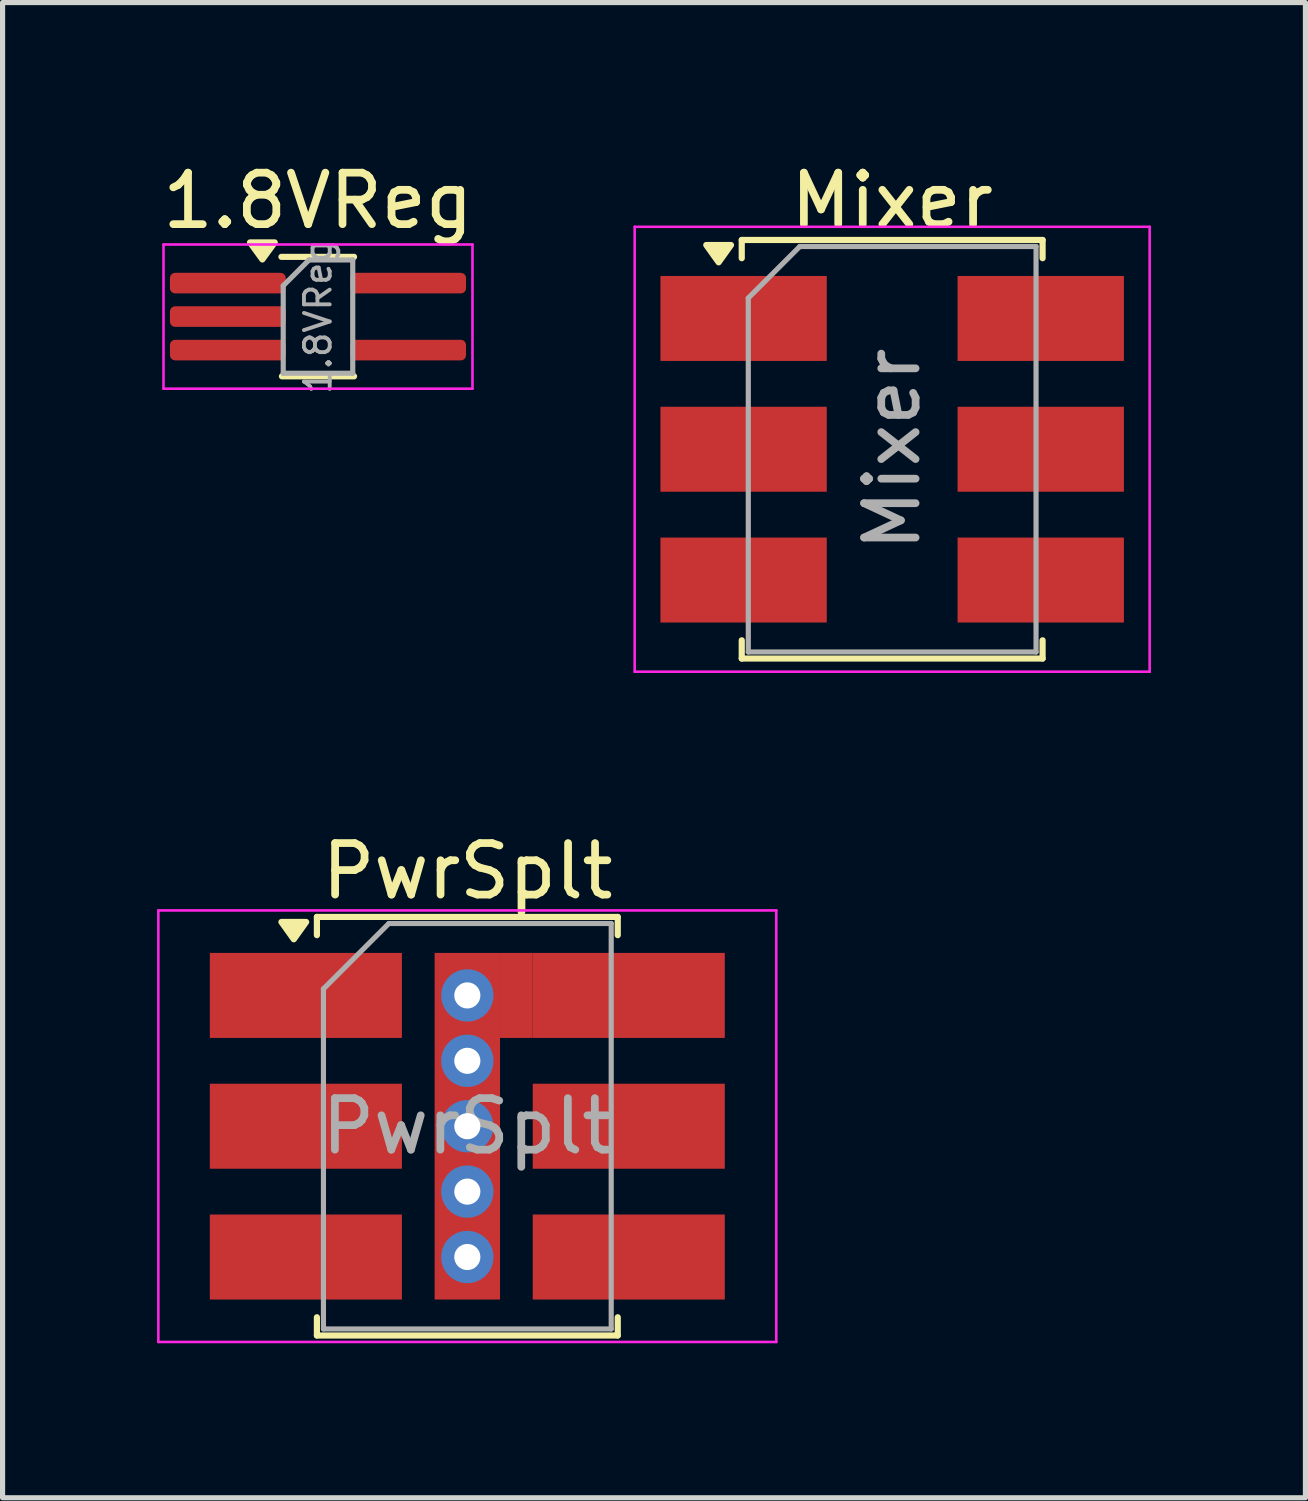
<source format=kicad_pcb>
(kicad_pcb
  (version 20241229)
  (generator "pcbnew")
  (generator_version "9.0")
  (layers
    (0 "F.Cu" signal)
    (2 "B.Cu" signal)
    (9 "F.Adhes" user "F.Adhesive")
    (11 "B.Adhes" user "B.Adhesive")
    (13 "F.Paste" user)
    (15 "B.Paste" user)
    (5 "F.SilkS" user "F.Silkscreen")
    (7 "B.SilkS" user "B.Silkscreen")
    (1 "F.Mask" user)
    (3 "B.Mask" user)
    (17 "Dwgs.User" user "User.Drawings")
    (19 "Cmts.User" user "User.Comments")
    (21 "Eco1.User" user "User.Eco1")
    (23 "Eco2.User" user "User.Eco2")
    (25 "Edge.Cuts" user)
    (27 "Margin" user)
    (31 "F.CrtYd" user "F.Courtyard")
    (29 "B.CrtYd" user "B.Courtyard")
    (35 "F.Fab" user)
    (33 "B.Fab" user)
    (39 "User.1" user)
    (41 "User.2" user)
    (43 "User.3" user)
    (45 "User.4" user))
  (footprint "PwrSplt"
    (layer "F.Cu")
    (at 6.025 18.82)
    (property "Reference" "PwrSplt" (at 0.004 -4.953 0) (layer "F.SilkS") (effects (font (size 1 1) (thickness 0.15))))
    (attr smd)
    (fp_line (start -2.921 -4.064) (end -2.921 -3.71) (stroke (width 0.12) (type solid)) (layer "F.SilkS"))
    (fp_line (start -2.921 3.71) (end -2.921 4.064) (stroke (width 0.12) (type solid)) (layer "F.SilkS"))
    (fp_line (start -2.921 4.064) (end 2.921 4.064) (stroke (width 0.12) (type solid)) (layer "F.SilkS"))
    (fp_line (start 2.921 -4.064) (end -2.921 -4.064) (stroke (width 0.12) (type solid)) (layer "F.SilkS"))
    (fp_line (start 2.921 -3.71) (end 2.921 -4.064) (stroke (width 0.12) (type solid)) (layer "F.SilkS"))
    (fp_line (start 2.921 4.064) (end 2.921 3.71) (stroke (width 0.12) (type solid)) (layer "F.SilkS"))
    (fp_poly (pts (xy -3.37 -3.63) (xy -3.61 -3.966) (xy -3.13 -3.966) (xy -3.37 -3.63)) (stroke (width 0.12) (type solid)) (fill yes) (layer "F.SilkS"))
    (fp_line (start -6 -4.19) (end -6 4.19) (stroke (width 0.05) (type solid)) (layer "F.CrtYd"))
    (fp_line (start -6 -4.19) (end 6 -4.19) (stroke (width 0.05) (type solid)) (layer "F.CrtYd"))
    (fp_line (start 6 4.19) (end -6 4.19) (stroke (width 0.05) (type solid)) (layer "F.CrtYd"))
    (fp_line (start 6 4.19) (end 6 -4.19) (stroke (width 0.05) (type solid)) (layer "F.CrtYd"))
    (fp_line (start -2.794 -2.667) (end -2.794 3.937) (stroke (width 0.1) (type solid)) (layer "F.Fab"))
    (fp_line (start -2.794 3.937) (end 2.794 3.937) (stroke (width 0.1) (type solid)) (layer "F.Fab"))
    (fp_line (start -1.524 -3.937) (end -2.794 -2.667) (stroke (width 0.1) (type solid)) (layer "F.Fab"))
    (fp_line (start 2.794 -3.937) (end -1.524 -3.937) (stroke (width 0.1) (type solid)) (layer "F.Fab"))
    (fp_line (start 2.794 -3.937) (end 2.794 3.937) (stroke (width 0.1) (type solid)) (layer "F.Fab"))
    (fp_text user "${REFERENCE}" (at 0 0 0) (layer "F.Fab") (effects (font (size 1 1) (thickness 0.15))))
    (pad "1" smd rect (at -3.135 -2.54 270) (size 1.651 3.73) (layers "F.Cu" "F.Mask" "F.Paste"))
    (pad "2" smd rect (at -3.135 0 270) (size 1.651 3.73) (layers "F.Cu" "F.Mask" "F.Paste"))
    (pad "3" smd rect (at -3.135 2.54 270) (size 1.651 3.73) (layers "F.Cu" "F.Mask" "F.Paste"))
    (pad "4" smd rect (at 3.135 2.54 270) (size 1.651 3.73) (layers "F.Cu" "F.Mask" "F.Paste"))
    (pad "5" smd rect (at 3.135 0 270) (size 1.651 3.73) (layers "F.Cu" "F.Mask" "F.Paste"))
    (pad "6" thru_hole circle (at 0 -2.54 270) (size 1.016 1.016) (drill 0.508) (layers "*.Cu"))
    (pad "6" thru_hole circle (at 0 -1.27 270) (size 1.016 1.016) (drill 0.508) (layers "*.Cu"))
    (pad "6" thru_hole circle (at 0 0 270) (size 1.016 1.016) (drill 0.508) (layers "*.Cu"))
    (pad "6" smd rect (at 0 0 270) (size 6.731 1.27) (layers "F.Cu"))
    (pad "6" thru_hole circle (at 0 1.27 270) (size 1.016 1.016) (drill 0.508) (layers "*.Cu"))
    (pad "6" thru_hole circle (at 0 2.54 270) (size 1.016 1.016) (drill 0.508) (layers "*.Cu"))
    (pad "6" smd rect (at 0.953 -2.54 270) (size 1.651 0.635) (layers "F.Cu"))
    (pad "6" smd rect (at 3.135 -2.54 270) (size 1.651 3.73) (layers "F.Cu" "F.Mask" "F.Paste")))
  (footprint "1.8VReg"
    (layer "F.Cu")
    (at 3.125 3.098)
    (property "Reference" "1.8VReg" (at 0 -2.25 0) (layer "F.SilkS") (effects (font (size 1 1) (thickness 0.15))))
    (attr smd)
    (fp_line (start -0.71 -1.16) (end 0.7 -1.16) (stroke (width 0.12) (type solid)) (layer "F.SilkS"))
    (fp_line (start -0.7 1.16) (end 0.7 1.16) (stroke (width 0.12) (type solid)) (layer "F.SilkS"))
    (fp_poly (pts (xy -1.08 -1.11) (xy -1.32 -1.44) (xy -0.84 -1.44) (xy -1.08 -1.11)) (stroke (width 0.12) (type solid)) (fill yes) (layer "F.SilkS"))
    (fp_line (start -3 -1.4) (end -3 1.4) (stroke (width 0.05) (type solid)) (layer "F.CrtYd"))
    (fp_line (start -3 -1.4) (end 3 -1.4) (stroke (width 0.05) (type solid)) (layer "F.CrtYd"))
    (fp_line (start -3 1.4) (end 3 1.4) (stroke (width 0.05) (type solid)) (layer "F.CrtYd"))
    (fp_line (start 3 1.4) (end 3 -1.4) (stroke (width 0.05) (type solid)) (layer "F.CrtYd"))
    (fp_line (start -0.675 -0.6) (end -0.675 1.1) (stroke (width 0.1) (type solid)) (layer "F.Fab"))
    (fp_line (start -0.175 -1.1) (end -0.675 -0.6) (stroke (width 0.1) (type solid)) (layer "F.Fab"))
    (fp_line (start 0.675 -1.1) (end -0.175 -1.1) (stroke (width 0.1) (type solid)) (layer "F.Fab"))
    (fp_line (start 0.675 -1.1) (end 0.675 1.1) (stroke (width 0.1) (type solid)) (layer "F.Fab"))
    (fp_line (start 0.675 1.1) (end -0.675 1.1) (stroke (width 0.1) (type solid)) (layer "F.Fab"))
    (fp_text user "${REFERENCE}" (at 0 0 90) (layer "F.Fab") (effects (font (size 0.5 0.5) (thickness 0.075))))
    (pad "1" smd roundrect (at -1.75 -0.65) (size 2.25 0.4) (layers "F.Cu" "F.Mask" "F.Paste") (roundrect_rratio 0.25))
    (pad "2" smd roundrect (at -1.75 0) (size 2.25 0.4) (layers "F.Cu" "F.Mask" "F.Paste") (roundrect_rratio 0.25))
    (pad "3" smd roundrect (at -1.75 0.65) (size 2.25 0.4) (layers "F.Cu" "F.Mask" "F.Paste") (roundrect_rratio 0.25))
    (pad "4" smd roundrect (at 1.75 0.65) (size 2.25 0.4) (layers "F.Cu" "F.Mask" "F.Paste") (roundrect_rratio 0.25))
    (pad "5" smd roundrect (at 1.75 -0.65) (size 2.25 0.4) (layers "F.Cu" "F.Mask" "F.Paste") (roundrect_rratio 0.25)))
  (footprint "Mixer"
    (layer "F.Cu")
    (at 14.275 5.674)
    (property "Reference" "Mixer" (at 0 -4.826 0) (layer "F.SilkS") (effects (font (size 1 1) (thickness 0.15))))
    (attr smd)
    (fp_line (start -2.921 -4.064) (end -2.921 -3.71) (stroke (width 0.12) (type solid)) (layer "F.SilkS"))
    (fp_line (start -2.921 4.064) (end -2.921 3.71) (stroke (width 0.12) (type solid)) (layer "F.SilkS"))
    (fp_line (start -2.921 4.064) (end 2.921 4.064) (stroke (width 0.12) (type solid)) (layer "F.SilkS"))
    (fp_line (start 2.921 -4.064) (end -2.921 -4.064) (stroke (width 0.12) (type solid)) (layer "F.SilkS"))
    (fp_line (start 2.921 -3.71) (end 2.921 -4.064) (stroke (width 0.12) (type solid)) (layer "F.SilkS"))
    (fp_line (start 2.921 4.064) (end 2.921 3.71) (stroke (width 0.12) (type solid)) (layer "F.SilkS"))
    (fp_poly (pts (xy -3.37 -3.63) (xy -3.61 -3.966) (xy -3.13 -3.966) (xy -3.37 -3.63)) (stroke (width 0.12) (type solid)) (fill yes) (layer "F.SilkS"))
    (fp_line (start -5 4.32) (end -5 -4.32) (stroke (width 0.05) (type solid)) (layer "F.CrtYd"))
    (fp_line (start 5 -4.32) (end -5 -4.32) (stroke (width 0.05) (type solid)) (layer "F.CrtYd"))
    (fp_line (start 5 4.32) (end -5 4.32) (stroke (width 0.05) (type solid)) (layer "F.CrtYd"))
    (fp_line (start 5 4.32) (end 5 -4.32) (stroke (width 0.05) (type solid)) (layer "F.CrtYd"))
    (fp_line (start -2.794 3.937) (end -2.794 -2.937) (stroke (width 0.1) (type solid)) (layer "F.Fab"))
    (fp_line (start -1.794 -3.937) (end -2.794 -2.937) (stroke (width 0.1) (type solid)) (layer "F.Fab"))
    (fp_line (start -1.794 -3.937) (end 2.794 -3.937) (stroke (width 0.1) (type solid)) (layer "F.Fab"))
    (fp_line (start 2.794 -3.937) (end 2.794 3.937) (stroke (width 0.1) (type solid)) (layer "F.Fab"))
    (fp_line (start 2.794 3.937) (end -2.794 3.937) (stroke (width 0.1) (type solid)) (layer "F.Fab"))
    (fp_text user "${REFERENCE}" (at 0 0 90) (layer "F.Fab") (effects (font (size 1 1) (thickness 0.15))))
    (pad "1" smd rect (at -2.885 -2.54) (size 3.23 1.65) (layers "F.Cu" "F.Mask" "F.Paste"))
    (pad "2" smd rect (at -2.885 0) (size 3.23 1.65) (layers "F.Cu" "F.Mask" "F.Paste"))
    (pad "3" smd rect (at -2.885 2.54) (size 3.23 1.65) (layers "F.Cu" "F.Mask" "F.Paste"))
    (pad "4" smd rect (at 2.885 2.54) (size 3.23 1.65) (layers "F.Cu" "F.Mask" "F.Paste"))
    (pad "5" smd rect (at 2.885 0) (size 3.23 1.65) (layers "F.Cu" "F.Mask" "F.Paste"))
    (pad "6" smd rect (at 2.885 -2.54) (size 3.23 1.65) (layers "F.Cu" "F.Mask" "F.Paste")))
  (gr_rect
    (start -3 -3)
    (end 22.3 26.035)
    (stroke (width 0.1) (type default))
    (fill no)
    (layer "Edge.Cuts")))
</source>
